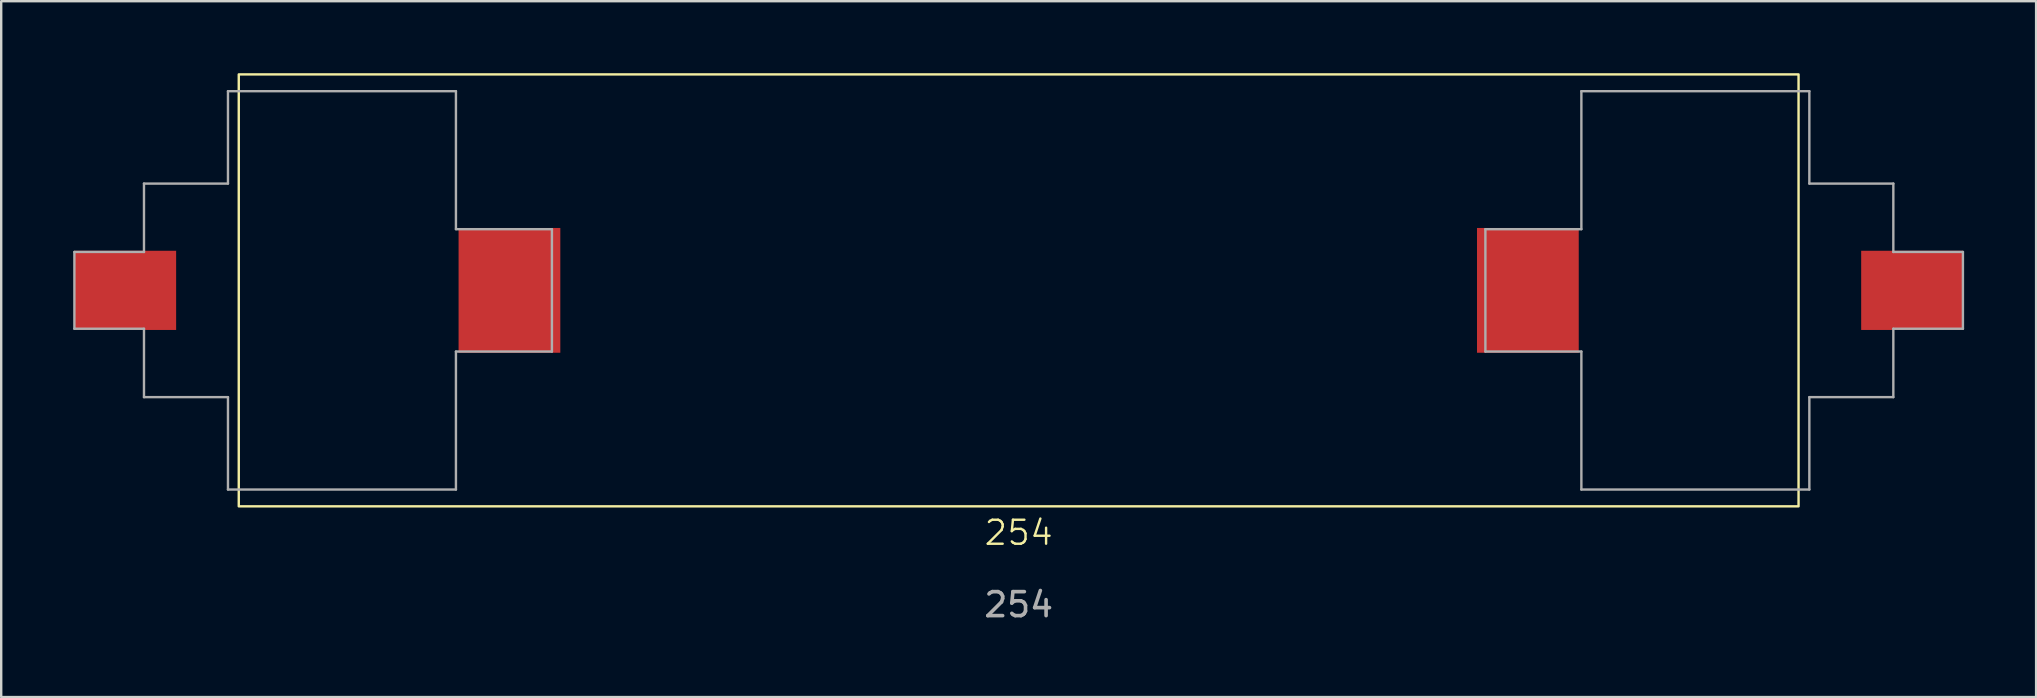
<source format=kicad_pcb>
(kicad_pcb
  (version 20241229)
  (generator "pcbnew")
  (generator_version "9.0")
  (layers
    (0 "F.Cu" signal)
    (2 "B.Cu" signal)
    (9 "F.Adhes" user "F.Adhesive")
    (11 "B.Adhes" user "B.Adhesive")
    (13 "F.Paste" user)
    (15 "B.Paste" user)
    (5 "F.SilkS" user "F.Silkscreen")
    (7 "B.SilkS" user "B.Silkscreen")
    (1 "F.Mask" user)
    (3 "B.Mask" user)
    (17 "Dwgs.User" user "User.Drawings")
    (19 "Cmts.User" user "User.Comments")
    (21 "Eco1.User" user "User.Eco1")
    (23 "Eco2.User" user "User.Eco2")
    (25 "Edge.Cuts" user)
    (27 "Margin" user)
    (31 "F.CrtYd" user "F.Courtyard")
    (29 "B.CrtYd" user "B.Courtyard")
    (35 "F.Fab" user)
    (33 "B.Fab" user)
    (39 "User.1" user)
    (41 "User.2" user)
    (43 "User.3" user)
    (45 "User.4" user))
  (footprint "254"
    (layer "F.Cu")
    (at 39.4 9.05)
    (property "Reference" "254" (at 0 10.1 0) (unlocked yes) (layer "F.SilkS") (effects (font (size 1 1) (thickness 0.1))))
    (attr smd)
    (fp_rect (start -32.5 -9) (end 32.5 9) (stroke (width 0.1) (type default)) (fill no) (layer "F.SilkS"))
    (fp_line (start -39.35 1.6) (end -39.35 -1.6) (stroke (width 0.1) (type default)) (layer "F.Fab"))
    (fp_line (start -36.45 -1.6) (end -39.35 -1.6) (stroke (width 0.1) (type default)) (layer "F.Fab"))
    (fp_line (start -36.45 -1.6) (end -36.45 -4.45) (stroke (width 0.1) (type default)) (layer "F.Fab"))
    (fp_line (start -36.45 1.6) (end -39.35 1.6) (stroke (width 0.1) (type default)) (layer "F.Fab"))
    (fp_line (start -36.45 4.45) (end -36.45 1.6) (stroke (width 0.1) (type default)) (layer "F.Fab"))
    (fp_line (start -32.95 -4.45) (end -36.45 -4.45) (stroke (width 0.1) (type default)) (layer "F.Fab"))
    (fp_line (start -32.95 -4.45) (end -32.95 -8.3) (stroke (width 0.1) (type default)) (layer "F.Fab"))
    (fp_line (start -32.95 4.45) (end -36.45 4.45) (stroke (width 0.1) (type default)) (layer "F.Fab"))
    (fp_line (start -32.95 8.3) (end -32.95 4.45) (stroke (width 0.1) (type default)) (layer "F.Fab"))
    (fp_line (start -23.45 -8.3) (end -32.95 -8.3) (stroke (width 0.1) (type default)) (layer "F.Fab"))
    (fp_line (start -23.45 -2.55) (end -23.45 -8.3) (stroke (width 0.1) (type default)) (layer "F.Fab"))
    (fp_line (start -23.45 -2.55) (end -19.45 -2.55) (stroke (width 0.1) (type default)) (layer "F.Fab"))
    (fp_line (start -23.45 2.55) (end -19.45 2.55) (stroke (width 0.1) (type default)) (layer "F.Fab"))
    (fp_line (start -23.45 8.3) (end -32.95 8.3) (stroke (width 0.1) (type default)) (layer "F.Fab"))
    (fp_line (start -23.45 8.3) (end -23.45 2.55) (stroke (width 0.1) (type default)) (layer "F.Fab"))
    (fp_line (start -19.45 2.55) (end -19.45 -2.55) (stroke (width 0.1) (type default)) (layer "F.Fab"))
    (fp_line (start 19.45 -2.55) (end 19.45 2.55) (stroke (width 0.1) (type default)) (layer "F.Fab"))
    (fp_line (start 23.45 -8.3) (end 23.45 -2.55) (stroke (width 0.1) (type default)) (layer "F.Fab"))
    (fp_line (start 23.45 -8.3) (end 32.95 -8.3) (stroke (width 0.1) (type default)) (layer "F.Fab"))
    (fp_line (start 23.45 -2.55) (end 19.45 -2.55) (stroke (width 0.1) (type default)) (layer "F.Fab"))
    (fp_line (start 23.45 2.55) (end 19.45 2.55) (stroke (width 0.1) (type default)) (layer "F.Fab"))
    (fp_line (start 23.45 2.55) (end 23.45 8.3) (stroke (width 0.1) (type default)) (layer "F.Fab"))
    (fp_line (start 23.45 8.3) (end 32.95 8.3) (stroke (width 0.1) (type default)) (layer "F.Fab"))
    (fp_line (start 32.95 -8.3) (end 32.95 -4.45) (stroke (width 0.1) (type default)) (layer "F.Fab"))
    (fp_line (start 32.95 -4.45) (end 36.45 -4.45) (stroke (width 0.1) (type default)) (layer "F.Fab"))
    (fp_line (start 32.95 4.45) (end 32.95 8.3) (stroke (width 0.1) (type default)) (layer "F.Fab"))
    (fp_line (start 32.95 4.45) (end 36.45 4.45) (stroke (width 0.1) (type default)) (layer "F.Fab"))
    (fp_line (start 36.45 -4.45) (end 36.45 -1.6) (stroke (width 0.1) (type default)) (layer "F.Fab"))
    (fp_line (start 36.45 -1.6) (end 39.35 -1.6) (stroke (width 0.1) (type default)) (layer "F.Fab"))
    (fp_line (start 36.45 1.6) (end 36.45 4.45) (stroke (width 0.1) (type default)) (layer "F.Fab"))
    (fp_line (start 36.45 1.6) (end 39.35 1.6) (stroke (width 0.1) (type default)) (layer "F.Fab"))
    (fp_line (start 39.35 -1.6) (end 39.35 1.6) (stroke (width 0.1) (type default)) (layer "F.Fab"))
    (fp_text user "${REFERENCE}" (at 0 13.1 0) (unlocked yes) (layer "F.Fab") (effects (font (size 1 1) (thickness 0.15))))
    (pad "1" smd rect (at -37.23 0) (size 4.24 3.3) (layers "F.Cu" "F.Mask" "F.Paste"))
    (pad "1" smd rect (at -21.22 0) (size 4.24 5.2) (layers "F.Cu" "F.Mask" "F.Paste"))
    (pad "2" smd rect (at 21.22 0) (size 4.24 5.2) (layers "F.Cu" "F.Mask" "F.Paste"))
    (pad "2" smd rect (at 37.23 0) (size 4.24 3.3) (layers "F.Cu" "F.Mask" "F.Paste")))
  (gr_rect
    (start -3 -3)
    (end 81.8 25.998)
    (stroke (width 0.1) (type default))
    (fill no)
    (layer "Edge.Cuts")))
</source>
